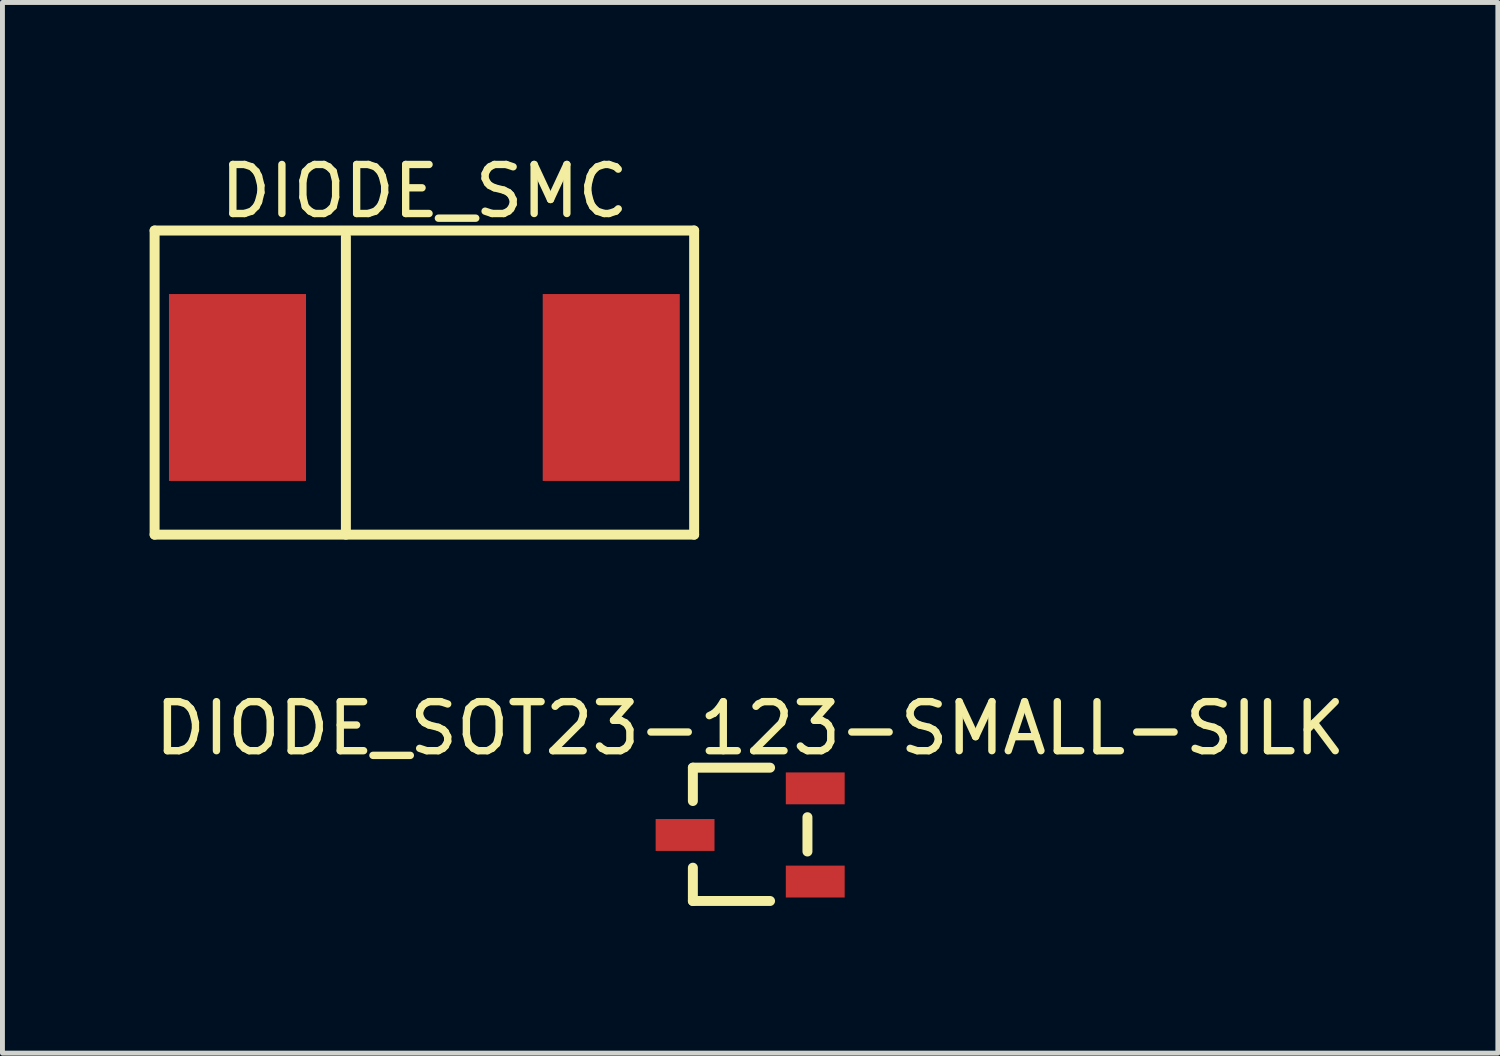
<source format=kicad_pcb>
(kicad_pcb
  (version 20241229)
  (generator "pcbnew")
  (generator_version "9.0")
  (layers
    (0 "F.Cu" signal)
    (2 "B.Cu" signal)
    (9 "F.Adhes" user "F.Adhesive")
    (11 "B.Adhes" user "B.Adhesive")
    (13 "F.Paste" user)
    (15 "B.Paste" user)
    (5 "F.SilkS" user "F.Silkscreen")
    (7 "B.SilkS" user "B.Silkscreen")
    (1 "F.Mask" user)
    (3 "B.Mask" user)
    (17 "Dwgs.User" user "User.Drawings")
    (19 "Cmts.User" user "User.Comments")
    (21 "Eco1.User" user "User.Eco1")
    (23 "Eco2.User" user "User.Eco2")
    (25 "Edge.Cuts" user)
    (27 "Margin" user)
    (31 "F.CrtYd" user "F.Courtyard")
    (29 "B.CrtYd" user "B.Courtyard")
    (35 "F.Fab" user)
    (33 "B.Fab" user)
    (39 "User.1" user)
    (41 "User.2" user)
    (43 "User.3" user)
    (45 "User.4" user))
  (footprint "DIODE_SMC"
    (layer "F.Cu")
    (at 5.602 4.85)
    (property "Reference" "DIODE_SMC" (at 0 -4.002 0) (layer "F.SilkS") (effects (font (size 1 1) (thickness 0.15))))
    (fp_line (start -5.5 -3.2) (end 5.5 -3.2) (stroke (width 0.203) (type solid)) (layer "F.SilkS"))
    (fp_line (start -5.5 3) (end -5.5 -3.2) (stroke (width 0.203) (type solid)) (layer "F.SilkS"))
    (fp_line (start -5.5 3) (end 5.5 3) (stroke (width 0.203) (type solid)) (layer "F.SilkS"))
    (fp_line (start -1.6 -3.073) (end -1.6 3) (stroke (width 0.203) (type solid)) (layer "F.SilkS"))
    (fp_line (start 5.5 3) (end 5.5 -3.2) (stroke (width 0.203) (type solid)) (layer "F.SilkS"))
    (pad "A" smd rect (at 3.81 0) (size 2.794 3.81) (layers "F.Cu" "F.Mask" "F.Paste"))
    (pad "K" smd rect (at -3.81 0) (size 2.794 3.81) (layers "F.Cu" "F.Mask" "F.Paste")))
  (footprint "DIODE_SOT23-123-SMALL-SILK"
    (layer "F.Cu")
    (at 12.244 13.973)
    (property "Reference" "DIODE_SOT23-123-SMALL-SILK" (at 0 -2.173 0) (layer "F.SilkS") (effects (font (size 1 1) (thickness 0.15))))
    (fp_line (start -1.168 -1.372) (end 0.406 -1.372) (stroke (width 0.203) (type solid)) (layer "F.SilkS"))
    (fp_line (start -1.168 -0.692) (end -1.168 -1.372) (stroke (width 0.203) (type solid)) (layer "F.SilkS"))
    (fp_line (start -1.168 1.346) (end -1.168 0.667) (stroke (width 0.203) (type solid)) (layer "F.SilkS"))
    (fp_line (start -1.168 1.346) (end 0.406 1.346) (stroke (width 0.203) (type solid)) (layer "F.SilkS"))
    (fp_line (start 1.168 0.337) (end 1.168 -0.362) (stroke (width 0.203) (type solid)) (layer "F.SilkS"))
    (pad "1" smd rect (at 1.327 0.95 90) (size 0.65 1.2) (layers "F.Cu" "F.Mask" "F.Paste"))
    (pad "2" smd rect (at 1.327 -0.95 90) (size 0.65 1.2) (layers "F.Cu" "F.Mask" "F.Paste"))
    (pad "3" smd rect (at -1.327 0 90) (size 0.65 1.2) (layers "F.Cu" "F.Mask" "F.Paste")))
  (gr_rect
    (start -3 -3)
    (end 27.488 18.421)
    (stroke (width 0.1) (type default))
    (fill no)
    (layer "Edge.Cuts")))
</source>
